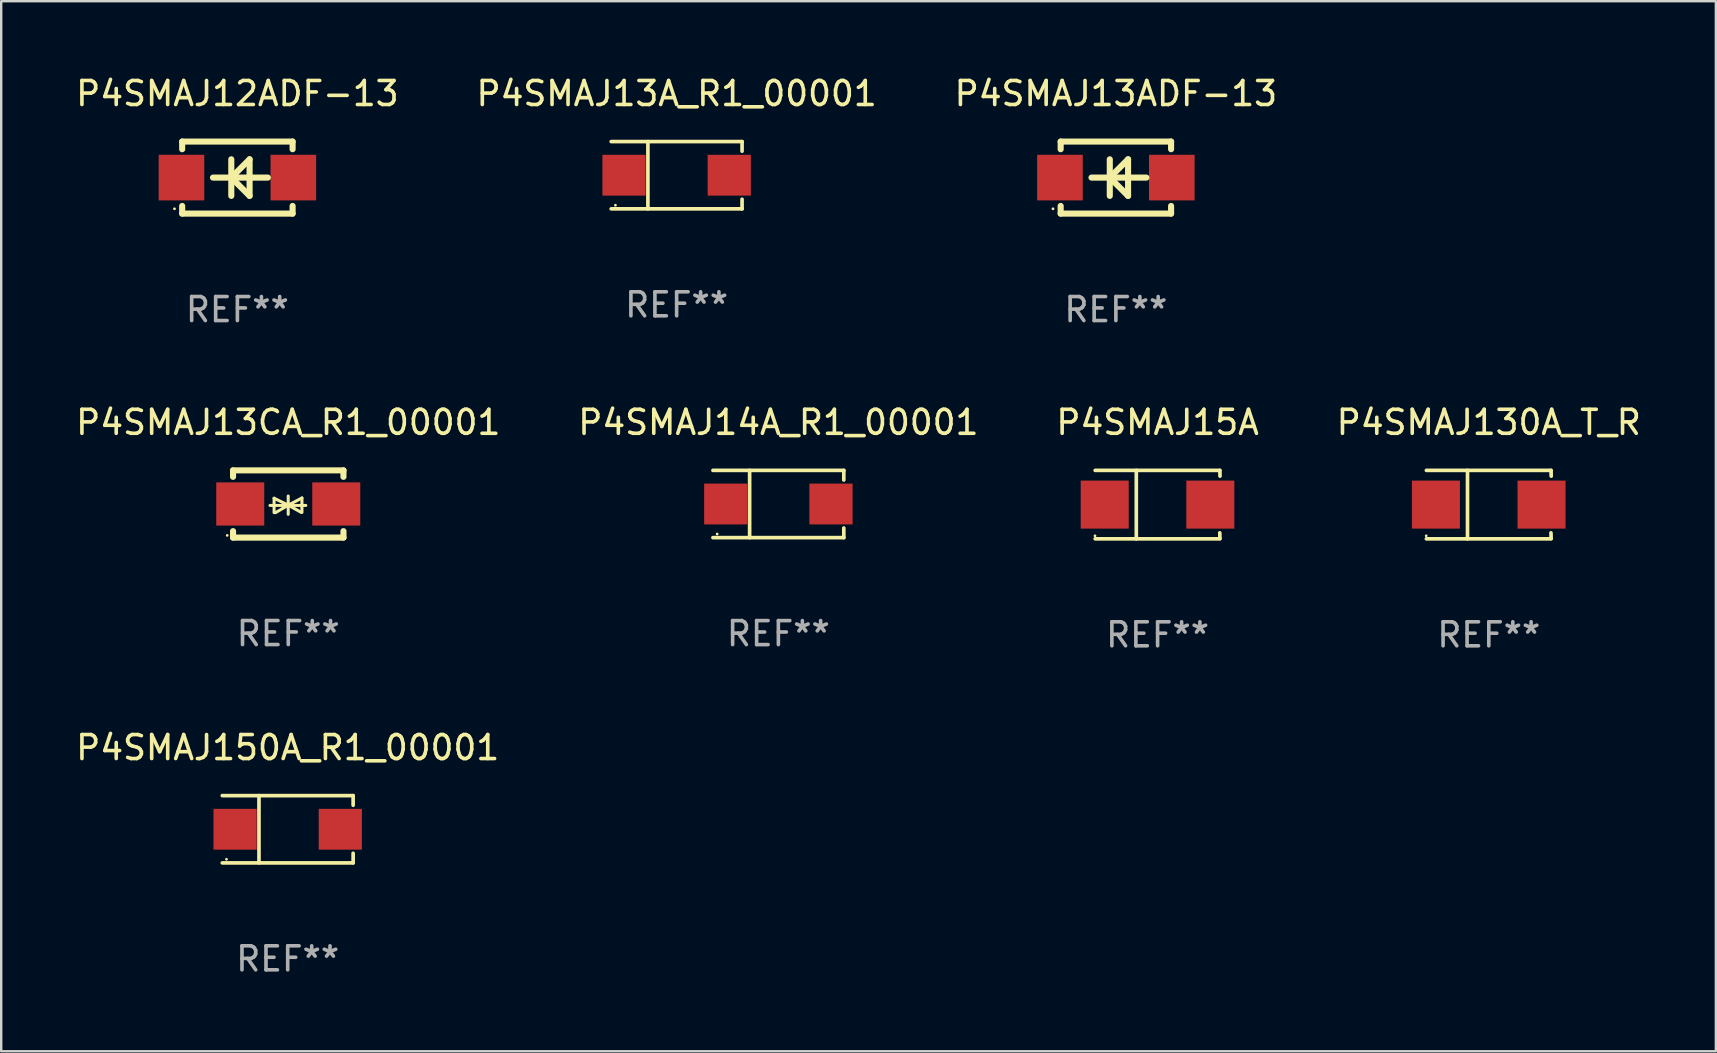
<source format=kicad_pcb>
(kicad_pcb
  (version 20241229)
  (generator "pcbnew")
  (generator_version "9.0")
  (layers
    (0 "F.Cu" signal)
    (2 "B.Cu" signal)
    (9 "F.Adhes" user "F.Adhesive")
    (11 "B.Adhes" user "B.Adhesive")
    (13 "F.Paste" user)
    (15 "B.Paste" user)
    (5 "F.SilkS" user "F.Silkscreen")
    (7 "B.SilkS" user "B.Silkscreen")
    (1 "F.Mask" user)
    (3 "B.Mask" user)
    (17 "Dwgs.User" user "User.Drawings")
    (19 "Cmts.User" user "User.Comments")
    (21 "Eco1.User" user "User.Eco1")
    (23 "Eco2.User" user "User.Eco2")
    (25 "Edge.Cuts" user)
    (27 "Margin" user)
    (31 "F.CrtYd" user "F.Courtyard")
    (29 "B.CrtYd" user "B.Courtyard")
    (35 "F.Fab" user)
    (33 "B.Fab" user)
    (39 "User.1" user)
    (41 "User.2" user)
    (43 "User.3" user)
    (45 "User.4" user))
  (footprint "P4SMAJ130A_T_R"
    (layer "F.Cu")
    (at 58.97 17.971)
    (property "Reference" "P4SMAJ130A_T_R" (at 0 -3.426 0) (layer "F.SilkS") (effects (font (size 1 1) (thickness 0.15))))
    (attr through_hole)
    (fp_line (start -2.6 -1.426) (end 2.593 -1.426) (stroke (width 0.152) (type solid)) (layer "F.SilkS"))
    (fp_line (start -2.6 1.426) (end 2.593 1.426) (stroke (width 0.152) (type solid)) (layer "F.SilkS"))
    (fp_line (start -0.887 -1.426) (end -0.887 1.426) (stroke (width 0.152) (type solid)) (layer "F.SilkS"))
    (fp_line (start 2.59 1.176) (end 2.597 1.415) (stroke (width 0.152) (type solid)) (layer "F.SilkS"))
    (fp_line (start 2.593 -1.426) (end 2.6 -1.187) (stroke (width 0.152) (type solid)) (layer "F.SilkS"))
    (fp_circle (center -2.608 1.3) (end -2.578 1.3) (stroke (width 0.06) (type solid)) (fill no) (layer "F.SilkS"))
    (fp_text user "REF**" (at 0 5.426 0) (layer "F.Fab") (effects (font (size 1 1) (thickness 0.15))))
    (pad "1" smd rect (at -2.203 0 180) (size 2 2) (layers "F.Cu" "F.Mask" "F.Paste"))
    (pad "2" smd rect (at 2.197 0 180) (size 2 2) (layers "F.Cu" "F.Mask" "F.Paste")))
  (footprint "P4SMAJ12ADF-13"
    (layer "F.Cu")
    (at 6.839 4.348)
    (property "Reference" "P4SMAJ12ADF-13" (at 0 -3.5 0) (layer "F.SilkS") (effects (font (size 1 1) (thickness 0.15))))
    (attr through_hole)
    (fp_line (start -2.3 -1.5) (end -2.3 -1.181) (stroke (width 0.254) (type solid)) (layer "F.SilkS"))
    (fp_line (start -2.3 -1.5) (end 2.3 -1.5) (stroke (width 0.254) (type solid)) (layer "F.SilkS"))
    (fp_line (start -2.3 1.181) (end -2.3 1.5) (stroke (width 0.254) (type solid)) (layer "F.SilkS"))
    (fp_line (start -0.254 0) (end 0.508 0.762) (stroke (width 0.254) (type solid)) (layer "F.SilkS"))
    (fp_line (start -0.254 0.762) (end -0.254 -0.762) (stroke (width 0.254) (type solid)) (layer "F.SilkS"))
    (fp_line (start 0.508 -0.762) (end -0.254 0) (stroke (width 0.254) (type solid)) (layer "F.SilkS"))
    (fp_line (start 0.508 0.762) (end 0.508 -0.762) (stroke (width 0.254) (type solid)) (layer "F.SilkS"))
    (fp_line (start 1.27 0) (end -1.016 0) (stroke (width 0.254) (type solid)) (layer "F.SilkS"))
    (fp_line (start 2.3 -1.5) (end 2.3 -1.181) (stroke (width 0.254) (type solid)) (layer "F.SilkS"))
    (fp_line (start 2.3 1.181) (end 2.3 1.5) (stroke (width 0.254) (type solid)) (layer "F.SilkS"))
    (fp_line (start 2.3 1.5) (end -2.3 1.5) (stroke (width 0.254) (type solid)) (layer "F.SilkS"))
    (fp_circle (center -2.62 1.3) (end -2.59 1.3) (stroke (width 0.06) (type solid)) (fill no) (layer "F.SilkS"))
    (fp_text user "REF**" (at 0 5.5 0) (layer "F.Fab") (effects (font (size 1 1) (thickness 0.15))))
    (pad "1" smd rect (at -2.33 0 270) (size 1.9 1.9) (layers "F.Cu" "F.Mask" "F.Paste"))
    (pad "2" smd rect (at 2.33 0 270) (size 1.9 1.9) (layers "F.Cu" "F.Mask" "F.Paste")))
  (footprint "P4SMAJ13CA_R1_00001"
    (layer "F.Cu")
    (at 8.958 17.945)
    (property "Reference" "P4SMAJ13CA_R1_00001" (at 0 -3.4 0) (layer "F.SilkS") (effects (font (size 1 1) (thickness 0.15))))
    (attr through_hole)
    (fp_line (start -2.3 -1.4) (end -2.3 -1.131) (stroke (width 0.254) (type solid)) (layer "F.SilkS"))
    (fp_line (start -2.3 -1.4) (end 2.3 -1.4) (stroke (width 0.254) (type solid)) (layer "F.SilkS"))
    (fp_line (start -2.3 1.131) (end -2.3 1.4) (stroke (width 0.254) (type solid)) (layer "F.SilkS"))
    (fp_line (start -2.3 1.4) (end 2.3 1.4) (stroke (width 0.254) (type solid)) (layer "F.SilkS"))
    (fp_line (start -0.76 0.06) (end 0.73 0.06) (stroke (width 0.127) (type solid)) (layer "F.SilkS"))
    (fp_line (start -0.59 -0.24) (end -0.59 0.36) (stroke (width 0.127) (type solid)) (layer "F.SilkS"))
    (fp_line (start -0.59 -0.24) (end -0.002 0.049) (stroke (width 0.127) (type solid)) (layer "F.SilkS"))
    (fp_line (start -0.53 0.36) (end -0.002 0.049) (stroke (width 0.127) (type solid)) (layer "F.SilkS"))
    (fp_line (start -0.002 0.049) (end -0.002 -0.332) (stroke (width 0.127) (type solid)) (layer "F.SilkS"))
    (fp_line (start -0.002 0.049) (end -0.002 0.43) (stroke (width 0.127) (type solid)) (layer "F.SilkS"))
    (fp_line (start 0.54 0.35) (end -0.002 0.049) (stroke (width 0.127) (type solid)) (layer "F.SilkS"))
    (fp_line (start 0.57 -0.25) (end -0.002 0.049) (stroke (width 0.127) (type solid)) (layer "F.SilkS"))
    (fp_line (start 0.57 -0.25) (end 0.57 0.35) (stroke (width 0.127) (type solid)) (layer "F.SilkS"))
    (fp_line (start 2.3 -1.4) (end 2.3 -1.131) (stroke (width 0.254) (type solid)) (layer "F.SilkS"))
    (fp_line (start 2.3 1.131) (end 2.3 1.4) (stroke (width 0.254) (type solid)) (layer "F.SilkS"))
    (fp_circle (center -2.542 1.308) (end -2.512 1.308) (stroke (width 0.06) (type solid)) (fill no) (layer "F.SilkS"))
    (fp_text user "REF**" (at 0 5.4 0) (layer "F.Fab") (effects (font (size 1 1) (thickness 0.15))))
    (pad "1" smd rect (at -2 0) (size 2 1.8) (layers "F.Cu" "F.Mask" "F.Paste"))
    (pad "2" smd rect (at 2 0) (size 2 1.8) (layers "F.Cu" "F.Mask" "F.Paste")))
  (footprint "P4SMAJ150A_R1_00001"
    (layer "F.Cu")
    (at 8.935 31.495)
    (property "Reference" "P4SMAJ150A_R1_00001" (at 0 -3.401 0) (layer "F.SilkS") (effects (font (size 1 1) (thickness 0.15))))
    (attr through_hole)
    (fp_line (start -2.726 -1.401) (end 2.726 -1.401) (stroke (width 0.152) (type solid)) (layer "F.SilkS"))
    (fp_line (start -2.726 1.401) (end 2.726 1.401) (stroke (width 0.152) (type solid)) (layer "F.SilkS"))
    (fp_line (start -1.197 -1.401) (end -1.197 1.401) (stroke (width 0.152) (type solid)) (layer "F.SilkS"))
    (fp_line (start 2.726 -1.401) (end 2.726 -1) (stroke (width 0.152) (type solid)) (layer "F.SilkS"))
    (fp_line (start 2.726 1.401) (end 2.726 1) (stroke (width 0.152) (type solid)) (layer "F.SilkS"))
    (fp_circle (center -2.55 1.25) (end -2.52 1.25) (stroke (width 0.06) (type solid)) (fill no) (layer "F.SilkS"))
    (fp_text user "REF**" (at 0 5.401 0) (layer "F.Fab") (effects (font (size 1 1) (thickness 0.15))))
    (pad "1" smd rect (at -2.192 0) (size 1.8 1.7) (layers "F.Cu" "F.Mask" "F.Paste"))
    (pad "2" smd rect (at 2.192 0) (size 1.8 1.7) (layers "F.Cu" "F.Mask" "F.Paste")))
  (footprint "P4SMAJ15A"
    (layer "F.Cu")
    (at 45.173 17.971)
    (property "Reference" "P4SMAJ15A" (at 0 -3.426 0) (layer "F.SilkS") (effects (font (size 1 1) (thickness 0.15))))
    (attr through_hole)
    (fp_line (start -2.6 -1.426) (end 2.593 -1.426) (stroke (width 0.152) (type solid)) (layer "F.SilkS"))
    (fp_line (start -2.6 1.426) (end 2.593 1.426) (stroke (width 0.152) (type solid)) (layer "F.SilkS"))
    (fp_line (start -0.887 -1.426) (end -0.887 1.426) (stroke (width 0.152) (type solid)) (layer "F.SilkS"))
    (fp_line (start 2.59 1.176) (end 2.597 1.415) (stroke (width 0.152) (type solid)) (layer "F.SilkS"))
    (fp_line (start 2.593 -1.426) (end 2.6 -1.187) (stroke (width 0.152) (type solid)) (layer "F.SilkS"))
    (fp_circle (center -2.608 1.3) (end -2.578 1.3) (stroke (width 0.06) (type solid)) (fill no) (layer "F.SilkS"))
    (fp_text user "REF**" (at 0 5.426 0) (layer "F.Fab") (effects (font (size 1 1) (thickness 0.15))))
    (pad "1" smd rect (at -2.203 0 180) (size 2 2) (layers "F.Cu" "F.Mask" "F.Paste"))
    (pad "2" smd rect (at 2.197 0 180) (size 2 2) (layers "F.Cu" "F.Mask" "F.Paste")))
  (footprint "P4SMAJ14A_R1_00001"
    (layer "F.Cu")
    (at 29.375 17.946)
    (property "Reference" "P4SMAJ14A_R1_00001" (at 0 -3.401 0) (layer "F.SilkS") (effects (font (size 1 1) (thickness 0.15))))
    (attr through_hole)
    (fp_line (start -2.726 -1.401) (end 2.726 -1.401) (stroke (width 0.152) (type solid)) (layer "F.SilkS"))
    (fp_line (start -2.726 1.401) (end 2.726 1.401) (stroke (width 0.152) (type solid)) (layer "F.SilkS"))
    (fp_line (start -1.197 -1.401) (end -1.197 1.401) (stroke (width 0.152) (type solid)) (layer "F.SilkS"))
    (fp_line (start 2.726 -1.401) (end 2.726 -1) (stroke (width 0.152) (type solid)) (layer "F.SilkS"))
    (fp_line (start 2.726 1.401) (end 2.726 1) (stroke (width 0.152) (type solid)) (layer "F.SilkS"))
    (fp_circle (center -2.55 1.25) (end -2.52 1.25) (stroke (width 0.06) (type solid)) (fill no) (layer "F.SilkS"))
    (fp_text user "REF**" (at 0 5.401 0) (layer "F.Fab") (effects (font (size 1 1) (thickness 0.15))))
    (pad "1" smd rect (at -2.192 0) (size 1.8 1.7) (layers "F.Cu" "F.Mask" "F.Paste"))
    (pad "2" smd rect (at 2.192 0) (size 1.8 1.7) (layers "F.Cu" "F.Mask" "F.Paste")))
  (footprint "P4SMAJ13ADF-13"
    (layer "F.Cu")
    (at 43.435 4.348)
    (property "Reference" "P4SMAJ13ADF-13" (at 0 -3.5 0) (layer "F.SilkS") (effects (font (size 1 1) (thickness 0.15))))
    (attr through_hole)
    (fp_line (start -2.3 -1.5) (end -2.3 -1.181) (stroke (width 0.254) (type solid)) (layer "F.SilkS"))
    (fp_line (start -2.3 -1.5) (end 2.3 -1.5) (stroke (width 0.254) (type solid)) (layer "F.SilkS"))
    (fp_line (start -2.3 1.181) (end -2.3 1.5) (stroke (width 0.254) (type solid)) (layer "F.SilkS"))
    (fp_line (start -0.254 0) (end 0.508 0.762) (stroke (width 0.254) (type solid)) (layer "F.SilkS"))
    (fp_line (start -0.254 0.762) (end -0.254 -0.762) (stroke (width 0.254) (type solid)) (layer "F.SilkS"))
    (fp_line (start 0.508 -0.762) (end -0.254 0) (stroke (width 0.254) (type solid)) (layer "F.SilkS"))
    (fp_line (start 0.508 0.762) (end 0.508 -0.762) (stroke (width 0.254) (type solid)) (layer "F.SilkS"))
    (fp_line (start 1.27 0) (end -1.016 0) (stroke (width 0.254) (type solid)) (layer "F.SilkS"))
    (fp_line (start 2.3 -1.5) (end 2.3 -1.181) (stroke (width 0.254) (type solid)) (layer "F.SilkS"))
    (fp_line (start 2.3 1.181) (end 2.3 1.5) (stroke (width 0.254) (type solid)) (layer "F.SilkS"))
    (fp_line (start 2.3 1.5) (end -2.3 1.5) (stroke (width 0.254) (type solid)) (layer "F.SilkS"))
    (fp_circle (center -2.62 1.3) (end -2.59 1.3) (stroke (width 0.06) (type solid)) (fill no) (layer "F.SilkS"))
    (fp_text user "REF**" (at 0 5.5 0) (layer "F.Fab") (effects (font (size 1 1) (thickness 0.15))))
    (pad "1" smd rect (at -2.33 0 270) (size 1.9 1.9) (layers "F.Cu" "F.Mask" "F.Paste"))
    (pad "2" smd rect (at 2.33 0 270) (size 1.9 1.9) (layers "F.Cu" "F.Mask" "F.Paste")))
  (footprint "P4SMAJ13A_R1_00001"
    (layer "F.Cu")
    (at 25.137 4.249)
    (property "Reference" "P4SMAJ13A_R1_00001" (at 0 -3.401 0) (layer "F.SilkS") (effects (font (size 1 1) (thickness 0.15))))
    (attr through_hole)
    (fp_line (start -2.726 -1.401) (end 2.726 -1.401) (stroke (width 0.152) (type solid)) (layer "F.SilkS"))
    (fp_line (start -2.726 1.401) (end 2.726 1.401) (stroke (width 0.152) (type solid)) (layer "F.SilkS"))
    (fp_line (start -1.197 -1.401) (end -1.197 1.401) (stroke (width 0.152) (type solid)) (layer "F.SilkS"))
    (fp_line (start 2.726 -1.401) (end 2.726 -1) (stroke (width 0.152) (type solid)) (layer "F.SilkS"))
    (fp_line (start 2.726 1.401) (end 2.726 1) (stroke (width 0.152) (type solid)) (layer "F.SilkS"))
    (fp_circle (center -2.55 1.25) (end -2.52 1.25) (stroke (width 0.06) (type solid)) (fill no) (layer "F.SilkS"))
    (fp_text user "REF**" (at 0 5.401 0) (layer "F.Fab") (effects (font (size 1 1) (thickness 0.15))))
    (pad "1" smd rect (at -2.192 0) (size 1.8 1.7) (layers "F.Cu" "F.Mask" "F.Paste"))
    (pad "2" smd rect (at 2.192 0) (size 1.8 1.7) (layers "F.Cu" "F.Mask" "F.Paste")))
  (gr_rect
    (start -3 -3)
    (end 68.429 40.744)
    (stroke (width 0.1) (type default))
    (fill no)
    (layer "Edge.Cuts")))
</source>
